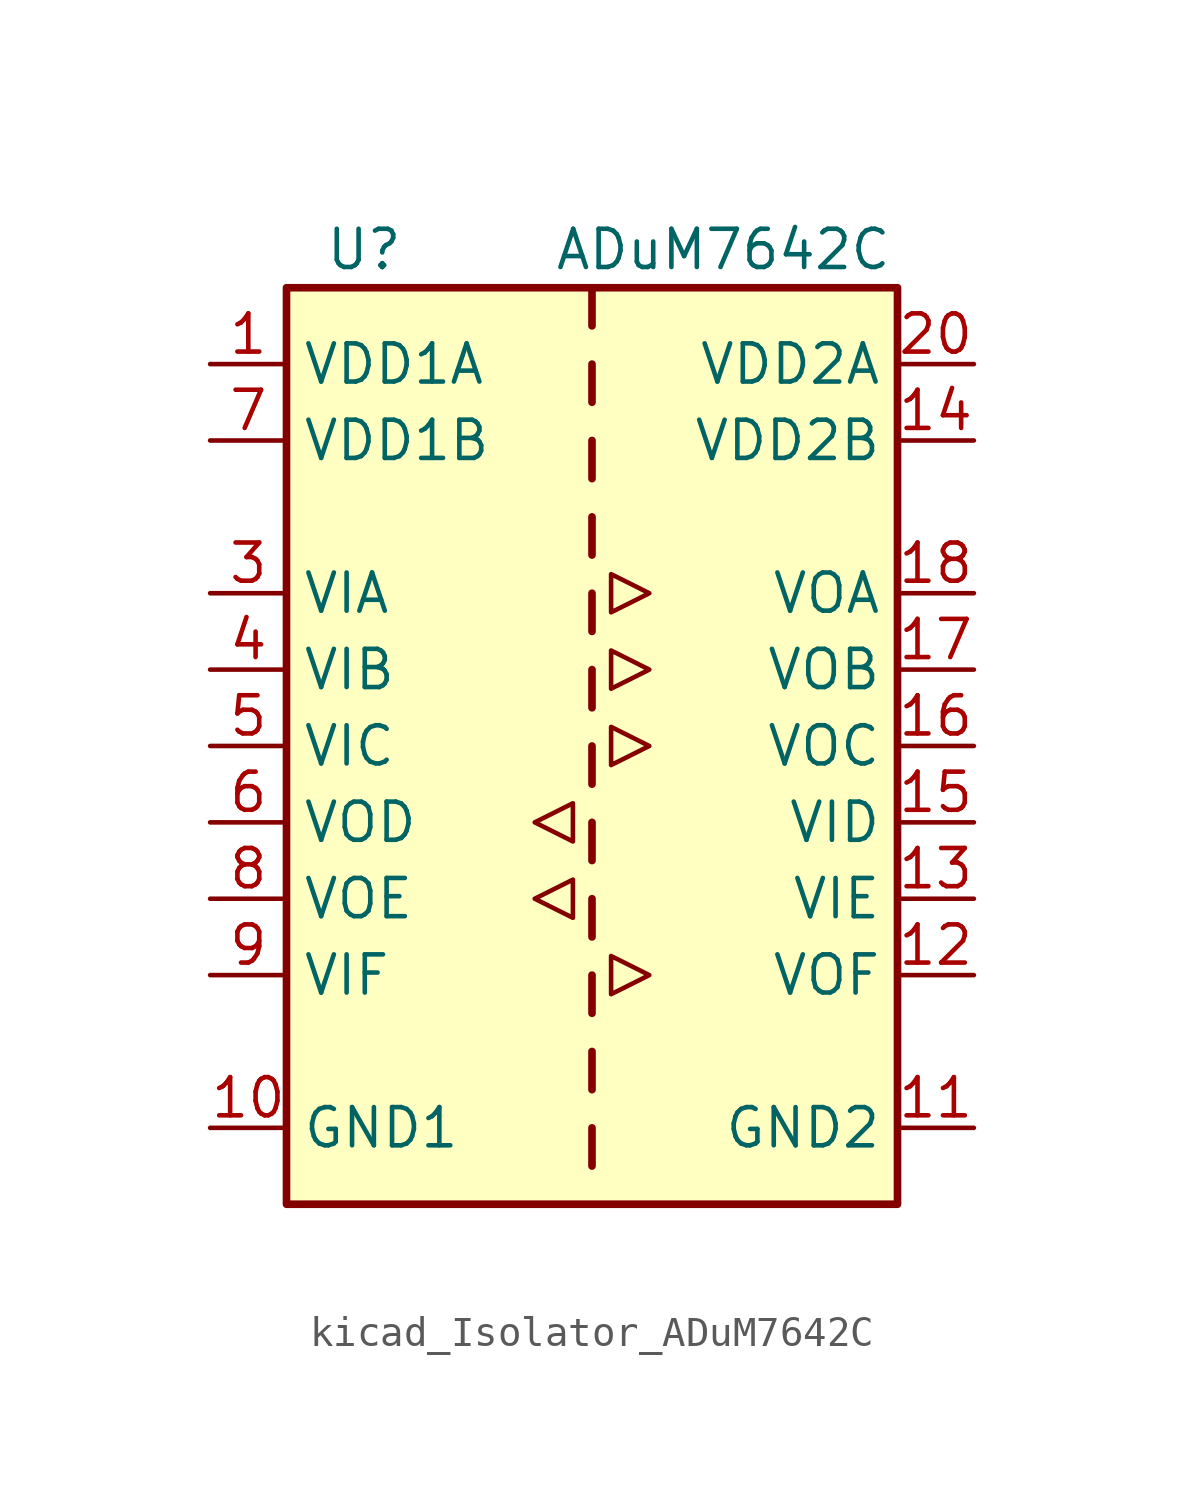
<source format=kicad_sym>
(kicad_symbol_lib
  (version 20220914)
  (generator kicad_symbol_editor)
  (symbol "kicad_Isolator_ADuM7642C"
    (property "Reference" "U"
      (at -8.89 16.51 0)
      (effects (font (size 1.27 1.27)) (justify left)))
    (property "Value" "ADuM7642C"
      (at -1.27 16.51 0)
      (effects (font (size 1.27 1.27)) (justify left)))
    (symbol "kicad_Isolator_ADuM7642C_0_1"
      (polyline (pts (xy -1.905 -5.08) (xy -0.635 -4.445) (xy -0.635 -5.715) (xy -1.905 -5.08)) (stroke (width 0) (type default)) (fill (type none)))
      (polyline (pts (xy -1.905 -2.54) (xy -0.635 -1.905) (xy -0.635 -3.175) (xy -1.905 -2.54)) (stroke (width 0) (type default)) (fill (type none)))
      (polyline (pts (xy 0.635 -6.985) (xy 0.635 -8.255) (xy 1.905 -7.62) (xy 0.635 -6.985)) (stroke (width 0) (type default)) (fill (type none)))
      (polyline (pts (xy 0.635 3.175) (xy 0.635 1.905) (xy 1.905 2.54) (xy 0.635 3.175)) (stroke (width 0) (type default)) (fill (type none)))
      (polyline (pts (xy 0.635 5.715) (xy 0.635 4.445) (xy 1.905 5.08) (xy 0.635 5.715)) (stroke (width 0) (type default)) (fill (type none)))
      (polyline (pts (xy 1.905 0) (xy 0.635 -0.635) (xy 0.635 0.635) (xy 1.905 0)) (stroke (width 0) (type default)) (fill (type none))))
    (symbol "kicad_Isolator_ADuM7642C_1_1"
      (rectangle (start -10.16 15.24) (end 10.16 -15.24) (stroke (width 0.254) (type default)) (fill (type background)))
      (polyline (pts (xy 0 -12.7) (xy 0 -13.97)) (stroke (width 0.254) (type default)) (fill (type none)))
      (polyline (pts (xy 0 -10.16) (xy 0 -11.43)) (stroke (width 0.254) (type default)) (fill (type none)))
      (polyline (pts (xy 0 -7.62) (xy 0 -8.89)) (stroke (width 0.254) (type default)) (fill (type none)))
      (polyline (pts (xy 0 -5.08) (xy 0 -6.35)) (stroke (width 0.254) (type default)) (fill (type none)))
      (polyline (pts (xy 0 -2.54) (xy 0 -3.81)) (stroke (width 0.254) (type default)) (fill (type none)))
      (polyline (pts (xy 0 0) (xy 0 -1.27)) (stroke (width 0.254) (type default)) (fill (type none)))
      (polyline (pts (xy 0 2.54) (xy 0 1.27)) (stroke (width 0.254) (type default)) (fill (type none)))
      (polyline (pts (xy 0 5.08) (xy 0 3.81)) (stroke (width 0.254) (type default)) (fill (type none)))
      (polyline (pts (xy 0 7.62) (xy 0 6.35)) (stroke (width 0.254) (type default)) (fill (type none)))
      (polyline (pts (xy 0 10.16) (xy 0 8.89)) (stroke (width 0.254) (type default)) (fill (type none)))
      (polyline (pts (xy 0 12.7) (xy 0 11.43)) (stroke (width 0.254) (type default)) (fill (type none)))
      (polyline (pts (xy 0 15.24) (xy 0 13.97)) (stroke (width 0.254) (type default)) (fill (type none)))
      (pin power_in line (at -12.7 12.7 0) (length 2.54) (name "VDD1A" (effects (font (size 1.27 1.27)))) (number "1" (effects (font (size 1.27 1.27)))))
      (pin power_in line (at -12.7 -12.7 0) (length 2.54) (name "GND1" (effects (font (size 1.27 1.27)))) (number "10" (effects (font (size 1.27 1.27)))))
      (pin power_in line (at 12.7 -12.7 180) (length 2.54) (name "GND2" (effects (font (size 1.27 1.27)))) (number "11" (effects (font (size 1.27 1.27)))))
      (pin output line (at 12.7 -7.62 180) (length 2.54) (name "VOF" (effects (font (size 1.27 1.27)))) (number "12" (effects (font (size 1.27 1.27)))))
      (pin input line (at 12.7 -5.08 180) (length 2.54) (name "VIE" (effects (font (size 1.27 1.27)))) (number "13" (effects (font (size 1.27 1.27)))))
      (pin power_in line (at 12.7 10.16 180) (length 2.54) (name "VDD2B" (effects (font (size 1.27 1.27)))) (number "14" (effects (font (size 1.27 1.27)))))
      (pin input line (at 12.7 -2.54 180) (length 2.54) (name "VID" (effects (font (size 1.27 1.27)))) (number "15" (effects (font (size 1.27 1.27)))))
      (pin output line (at 12.7 0 180) (length 2.54) (name "VOC" (effects (font (size 1.27 1.27)))) (number "16" (effects (font (size 1.27 1.27)))))
      (pin output line (at 12.7 2.54 180) (length 2.54) (name "VOB" (effects (font (size 1.27 1.27)))) (number "17" (effects (font (size 1.27 1.27)))))
      (pin output line (at 12.7 5.08 180) (length 2.54) (name "VOA" (effects (font (size 1.27 1.27)))) (number "18" (effects (font (size 1.27 1.27)))))
      (pin passive line (at 12.7 -12.7 180) (length 2.54) hide (name "GND2" (effects (font (size 1.27 1.27)))) (number "19" (effects (font (size 1.27 1.27)))))
      (pin passive line (at -12.7 -12.7 0) (length 2.54) hide (name "GND1" (effects (font (size 1.27 1.27)))) (number "2" (effects (font (size 1.27 1.27)))))
      (pin power_in line (at 12.7 12.7 180) (length 2.54) (name "VDD2A" (effects (font (size 1.27 1.27)))) (number "20" (effects (font (size 1.27 1.27)))))
      (pin input line (at -12.7 5.08 0) (length 2.54) (name "VIA" (effects (font (size 1.27 1.27)))) (number "3" (effects (font (size 1.27 1.27)))))
      (pin input line (at -12.7 2.54 0) (length 2.54) (name "VIB" (effects (font (size 1.27 1.27)))) (number "4" (effects (font (size 1.27 1.27)))))
      (pin input line (at -12.7 0 0) (length 2.54) (name "VIC" (effects (font (size 1.27 1.27)))) (number "5" (effects (font (size 1.27 1.27)))))
      (pin output line (at -12.7 -2.54 0) (length 2.54) (name "VOD" (effects (font (size 1.27 1.27)))) (number "6" (effects (font (size 1.27 1.27)))))
      (pin power_in line (at -12.7 10.16 0) (length 2.54) (name "VDD1B" (effects (font (size 1.27 1.27)))) (number "7" (effects (font (size 1.27 1.27)))))
      (pin output line (at -12.7 -5.08 0) (length 2.54) (name "VOE" (effects (font (size 1.27 1.27)))) (number "8" (effects (font (size 1.27 1.27)))))
      (pin input line (at -12.7 -7.62 0) (length 2.54) (name "VIF" (effects (font (size 1.27 1.27)))) (number "9" (effects (font (size 1.27 1.27))))))))
</source>
